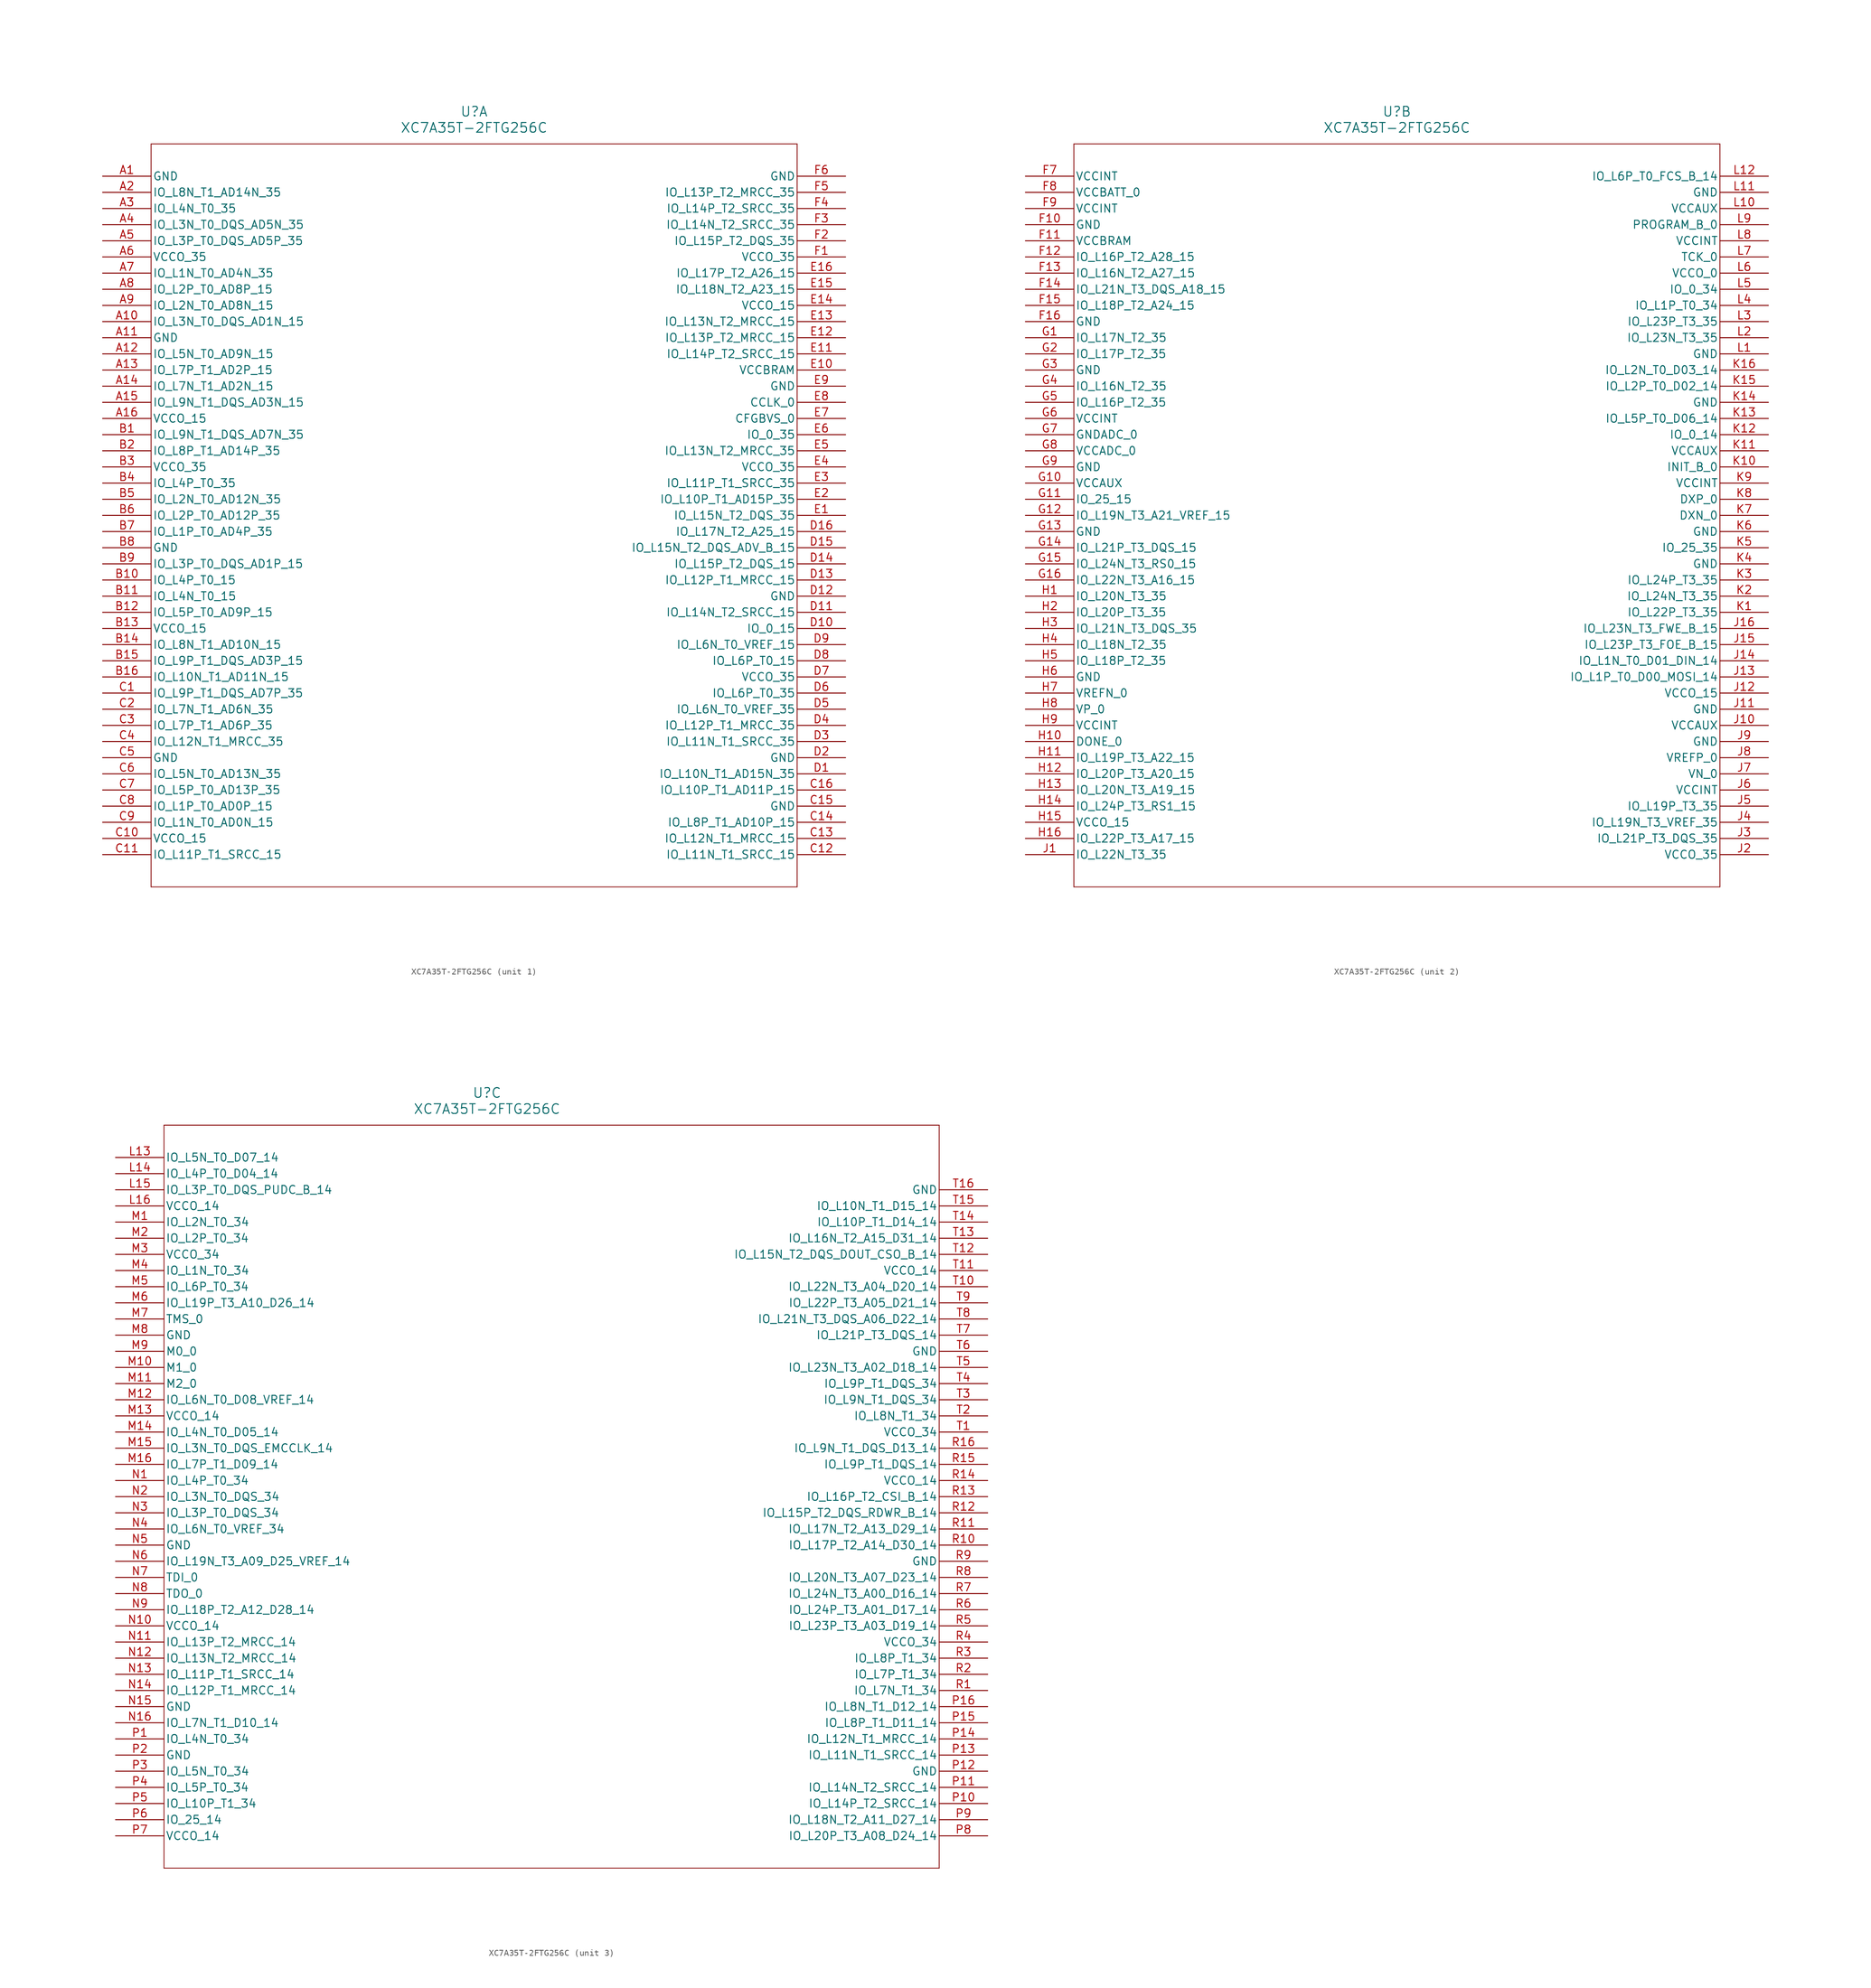
<source format=kicad_sym>
(kicad_symbol_lib
  (version 20231120)
  (symbol "XC7A35T-2FTG256C"
    (pin_names
      (offset 0.254))
    (property "Reference" "U"
      (at 58.42 10.16 0)
      (effects (font (size 1.524 1.524))))
    (property "Value" "XC7A35T-2FTG256C"
      (at 58.42 7.62 0)
      (effects (font (size 1.524 1.524))))
    (symbol "XC7A35T-2FTG256C_1_1"
      (polyline (pts (xy 7.62 5.08) (xy 7.62 -111.76)) (stroke (width 0.127) (type default) (color 0 0 0 0)) (fill (type none)))
      (polyline (pts (xy 7.62 -111.76) (xy 109.22 -111.76)) (stroke (width 0.127) (type default) (color 0 0 0 0)) (fill (type none)))
      (polyline (pts (xy 109.22 -111.76) (xy 109.22 5.08)) (stroke (width 0.127) (type default) (color 0 0 0 0)) (fill (type none)))
      (polyline (pts (xy 109.22 5.08) (xy 7.62 5.08)) (stroke (width 0.127) (type default) (color 0 0 0 0)) (fill (type none)))
      (pin power_out line (at 0 0 0) (length 7.62) (name "GND" (effects (font (size 1.27 1.27)))) (number "A1" (effects (font (size 1.27 1.27)))))
      (pin bidirectional line (at 0 -2.54 0) (length 7.62) (name "IO_L8N_T1_AD14N_35" (effects (font (size 1.27 1.27)))) (number "A2" (effects (font (size 1.27 1.27)))))
      (pin bidirectional line (at 0 -5.08 0) (length 7.62) (name "IO_L4N_T0_35" (effects (font (size 1.27 1.27)))) (number "A3" (effects (font (size 1.27 1.27)))))
      (pin bidirectional line (at 0 -7.62 0) (length 7.62) (name "IO_L3N_T0_DQS_AD5N_35" (effects (font (size 1.27 1.27)))) (number "A4" (effects (font (size 1.27 1.27)))))
      (pin bidirectional line (at 0 -10.16 0) (length 7.62) (name "IO_L3P_T0_DQS_AD5P_35" (effects (font (size 1.27 1.27)))) (number "A5" (effects (font (size 1.27 1.27)))))
      (pin power_in line (at 0 -12.7 0) (length 7.62) (name "VCCO_35" (effects (font (size 1.27 1.27)))) (number "A6" (effects (font (size 1.27 1.27)))))
      (pin bidirectional line (at 0 -15.24 0) (length 7.62) (name "IO_L1N_T0_AD4N_35" (effects (font (size 1.27 1.27)))) (number "A7" (effects (font (size 1.27 1.27)))))
      (pin bidirectional line (at 0 -17.78 0) (length 7.62) (name "IO_L2P_T0_AD8P_15" (effects (font (size 1.27 1.27)))) (number "A8" (effects (font (size 1.27 1.27)))))
      (pin bidirectional line (at 0 -20.32 0) (length 7.62) (name "IO_L2N_T0_AD8N_15" (effects (font (size 1.27 1.27)))) (number "A9" (effects (font (size 1.27 1.27)))))
      (pin bidirectional line (at 0 -22.86 0) (length 7.62) (name "IO_L3N_T0_DQS_AD1N_15" (effects (font (size 1.27 1.27)))) (number "A10" (effects (font (size 1.27 1.27)))))
      (pin power_out line (at 0 -25.4 0) (length 7.62) (name "GND" (effects (font (size 1.27 1.27)))) (number "A11" (effects (font (size 1.27 1.27)))))
      (pin bidirectional line (at 0 -27.94 0) (length 7.62) (name "IO_L5N_T0_AD9N_15" (effects (font (size 1.27 1.27)))) (number "A12" (effects (font (size 1.27 1.27)))))
      (pin bidirectional line (at 0 -30.48 0) (length 7.62) (name "IO_L7P_T1_AD2P_15" (effects (font (size 1.27 1.27)))) (number "A13" (effects (font (size 1.27 1.27)))))
      (pin bidirectional line (at 0 -33.02 0) (length 7.62) (name "IO_L7N_T1_AD2N_15" (effects (font (size 1.27 1.27)))) (number "A14" (effects (font (size 1.27 1.27)))))
      (pin bidirectional line (at 0 -35.56 0) (length 7.62) (name "IO_L9N_T1_DQS_AD3N_15" (effects (font (size 1.27 1.27)))) (number "A15" (effects (font (size 1.27 1.27)))))
      (pin power_in line (at 0 -38.1 0) (length 7.62) (name "VCCO_15" (effects (font (size 1.27 1.27)))) (number "A16" (effects (font (size 1.27 1.27)))))
      (pin bidirectional line (at 0 -40.64 0) (length 7.62) (name "IO_L9N_T1_DQS_AD7N_35" (effects (font (size 1.27 1.27)))) (number "B1" (effects (font (size 1.27 1.27)))))
      (pin bidirectional line (at 0 -43.18 0) (length 7.62) (name "IO_L8P_T1_AD14P_35" (effects (font (size 1.27 1.27)))) (number "B2" (effects (font (size 1.27 1.27)))))
      (pin power_in line (at 0 -45.72 0) (length 7.62) (name "VCCO_35" (effects (font (size 1.27 1.27)))) (number "B3" (effects (font (size 1.27 1.27)))))
      (pin bidirectional line (at 0 -48.26 0) (length 7.62) (name "IO_L4P_T0_35" (effects (font (size 1.27 1.27)))) (number "B4" (effects (font (size 1.27 1.27)))))
      (pin bidirectional line (at 0 -50.8 0) (length 7.62) (name "IO_L2N_T0_AD12N_35" (effects (font (size 1.27 1.27)))) (number "B5" (effects (font (size 1.27 1.27)))))
      (pin bidirectional line (at 0 -53.34 0) (length 7.62) (name "IO_L2P_T0_AD12P_35" (effects (font (size 1.27 1.27)))) (number "B6" (effects (font (size 1.27 1.27)))))
      (pin bidirectional line (at 0 -55.88 0) (length 7.62) (name "IO_L1P_T0_AD4P_35" (effects (font (size 1.27 1.27)))) (number "B7" (effects (font (size 1.27 1.27)))))
      (pin power_out line (at 0 -58.42 0) (length 7.62) (name "GND" (effects (font (size 1.27 1.27)))) (number "B8" (effects (font (size 1.27 1.27)))))
      (pin bidirectional line (at 0 -60.96 0) (length 7.62) (name "IO_L3P_T0_DQS_AD1P_15" (effects (font (size 1.27 1.27)))) (number "B9" (effects (font (size 1.27 1.27)))))
      (pin bidirectional line (at 0 -63.5 0) (length 7.62) (name "IO_L4P_T0_15" (effects (font (size 1.27 1.27)))) (number "B10" (effects (font (size 1.27 1.27)))))
      (pin bidirectional line (at 0 -66.04 0) (length 7.62) (name "IO_L4N_T0_15" (effects (font (size 1.27 1.27)))) (number "B11" (effects (font (size 1.27 1.27)))))
      (pin bidirectional line (at 0 -68.58 0) (length 7.62) (name "IO_L5P_T0_AD9P_15" (effects (font (size 1.27 1.27)))) (number "B12" (effects (font (size 1.27 1.27)))))
      (pin power_in line (at 0 -71.12 0) (length 7.62) (name "VCCO_15" (effects (font (size 1.27 1.27)))) (number "B13" (effects (font (size 1.27 1.27)))))
      (pin bidirectional line (at 0 -73.66 0) (length 7.62) (name "IO_L8N_T1_AD10N_15" (effects (font (size 1.27 1.27)))) (number "B14" (effects (font (size 1.27 1.27)))))
      (pin bidirectional line (at 0 -76.2 0) (length 7.62) (name "IO_L9P_T1_DQS_AD3P_15" (effects (font (size 1.27 1.27)))) (number "B15" (effects (font (size 1.27 1.27)))))
      (pin bidirectional line (at 0 -78.74 0) (length 7.62) (name "IO_L10N_T1_AD11N_15" (effects (font (size 1.27 1.27)))) (number "B16" (effects (font (size 1.27 1.27)))))
      (pin bidirectional line (at 0 -81.28 0) (length 7.62) (name "IO_L9P_T1_DQS_AD7P_35" (effects (font (size 1.27 1.27)))) (number "C1" (effects (font (size 1.27 1.27)))))
      (pin bidirectional line (at 0 -83.82 0) (length 7.62) (name "IO_L7N_T1_AD6N_35" (effects (font (size 1.27 1.27)))) (number "C2" (effects (font (size 1.27 1.27)))))
      (pin bidirectional line (at 0 -86.36 0) (length 7.62) (name "IO_L7P_T1_AD6P_35" (effects (font (size 1.27 1.27)))) (number "C3" (effects (font (size 1.27 1.27)))))
      (pin bidirectional line (at 0 -88.9 0) (length 7.62) (name "IO_L12N_T1_MRCC_35" (effects (font (size 1.27 1.27)))) (number "C4" (effects (font (size 1.27 1.27)))))
      (pin power_out line (at 0 -91.44 0) (length 7.62) (name "GND" (effects (font (size 1.27 1.27)))) (number "C5" (effects (font (size 1.27 1.27)))))
      (pin bidirectional line (at 0 -93.98 0) (length 7.62) (name "IO_L5N_T0_AD13N_35" (effects (font (size 1.27 1.27)))) (number "C6" (effects (font (size 1.27 1.27)))))
      (pin bidirectional line (at 0 -96.52 0) (length 7.62) (name "IO_L5P_T0_AD13P_35" (effects (font (size 1.27 1.27)))) (number "C7" (effects (font (size 1.27 1.27)))))
      (pin bidirectional line (at 0 -99.06 0) (length 7.62) (name "IO_L1P_T0_AD0P_15" (effects (font (size 1.27 1.27)))) (number "C8" (effects (font (size 1.27 1.27)))))
      (pin bidirectional line (at 0 -101.6 0) (length 7.62) (name "IO_L1N_T0_AD0N_15" (effects (font (size 1.27 1.27)))) (number "C9" (effects (font (size 1.27 1.27)))))
      (pin power_in line (at 0 -104.14 0) (length 7.62) (name "VCCO_15" (effects (font (size 1.27 1.27)))) (number "C10" (effects (font (size 1.27 1.27)))))
      (pin bidirectional line (at 0 -106.68 0) (length 7.62) (name "IO_L11P_T1_SRCC_15" (effects (font (size 1.27 1.27)))) (number "C11" (effects (font (size 1.27 1.27)))))
      (pin bidirectional line (at 116.84 -106.68 180) (length 7.62) (name "IO_L11N_T1_SRCC_15" (effects (font (size 1.27 1.27)))) (number "C12" (effects (font (size 1.27 1.27)))))
      (pin bidirectional line (at 116.84 -104.14 180) (length 7.62) (name "IO_L12N_T1_MRCC_15" (effects (font (size 1.27 1.27)))) (number "C13" (effects (font (size 1.27 1.27)))))
      (pin bidirectional line (at 116.84 -101.6 180) (length 7.62) (name "IO_L8P_T1_AD10P_15" (effects (font (size 1.27 1.27)))) (number "C14" (effects (font (size 1.27 1.27)))))
      (pin power_out line (at 116.84 -99.06 180) (length 7.62) (name "GND" (effects (font (size 1.27 1.27)))) (number "C15" (effects (font (size 1.27 1.27)))))
      (pin bidirectional line (at 116.84 -96.52 180) (length 7.62) (name "IO_L10P_T1_AD11P_15" (effects (font (size 1.27 1.27)))) (number "C16" (effects (font (size 1.27 1.27)))))
      (pin bidirectional line (at 116.84 -93.98 180) (length 7.62) (name "IO_L10N_T1_AD15N_35" (effects (font (size 1.27 1.27)))) (number "D1" (effects (font (size 1.27 1.27)))))
      (pin power_out line (at 116.84 -91.44 180) (length 7.62) (name "GND" (effects (font (size 1.27 1.27)))) (number "D2" (effects (font (size 1.27 1.27)))))
      (pin bidirectional line (at 116.84 -88.9 180) (length 7.62) (name "IO_L11N_T1_SRCC_35" (effects (font (size 1.27 1.27)))) (number "D3" (effects (font (size 1.27 1.27)))))
      (pin bidirectional line (at 116.84 -86.36 180) (length 7.62) (name "IO_L12P_T1_MRCC_35" (effects (font (size 1.27 1.27)))) (number "D4" (effects (font (size 1.27 1.27)))))
      (pin bidirectional line (at 116.84 -83.82 180) (length 7.62) (name "IO_L6N_T0_VREF_35" (effects (font (size 1.27 1.27)))) (number "D5" (effects (font (size 1.27 1.27)))))
      (pin bidirectional line (at 116.84 -81.28 180) (length 7.62) (name "IO_L6P_T0_35" (effects (font (size 1.27 1.27)))) (number "D6" (effects (font (size 1.27 1.27)))))
      (pin power_in line (at 116.84 -78.74 180) (length 7.62) (name "VCCO_35" (effects (font (size 1.27 1.27)))) (number "D7" (effects (font (size 1.27 1.27)))))
      (pin bidirectional line (at 116.84 -76.2 180) (length 7.62) (name "IO_L6P_T0_15" (effects (font (size 1.27 1.27)))) (number "D8" (effects (font (size 1.27 1.27)))))
      (pin bidirectional line (at 116.84 -73.66 180) (length 7.62) (name "IO_L6N_T0_VREF_15" (effects (font (size 1.27 1.27)))) (number "D9" (effects (font (size 1.27 1.27)))))
      (pin bidirectional line (at 116.84 -71.12 180) (length 7.62) (name "IO_0_15" (effects (font (size 1.27 1.27)))) (number "D10" (effects (font (size 1.27 1.27)))))
      (pin bidirectional line (at 116.84 -68.58 180) (length 7.62) (name "IO_L14N_T2_SRCC_15" (effects (font (size 1.27 1.27)))) (number "D11" (effects (font (size 1.27 1.27)))))
      (pin power_out line (at 116.84 -66.04 180) (length 7.62) (name "GND" (effects (font (size 1.27 1.27)))) (number "D12" (effects (font (size 1.27 1.27)))))
      (pin bidirectional line (at 116.84 -63.5 180) (length 7.62) (name "IO_L12P_T1_MRCC_15" (effects (font (size 1.27 1.27)))) (number "D13" (effects (font (size 1.27 1.27)))))
      (pin bidirectional line (at 116.84 -60.96 180) (length 7.62) (name "IO_L15P_T2_DQS_15" (effects (font (size 1.27 1.27)))) (number "D14" (effects (font (size 1.27 1.27)))))
      (pin bidirectional line (at 116.84 -58.42 180) (length 7.62) (name "IO_L15N_T2_DQS_ADV_B_15" (effects (font (size 1.27 1.27)))) (number "D15" (effects (font (size 1.27 1.27)))))
      (pin bidirectional line (at 116.84 -55.88 180) (length 7.62) (name "IO_L17N_T2_A25_15" (effects (font (size 1.27 1.27)))) (number "D16" (effects (font (size 1.27 1.27)))))
      (pin bidirectional line (at 116.84 -53.34 180) (length 7.62) (name "IO_L15N_T2_DQS_35" (effects (font (size 1.27 1.27)))) (number "E1" (effects (font (size 1.27 1.27)))))
      (pin bidirectional line (at 116.84 -50.8 180) (length 7.62) (name "IO_L10P_T1_AD15P_35" (effects (font (size 1.27 1.27)))) (number "E2" (effects (font (size 1.27 1.27)))))
      (pin bidirectional line (at 116.84 -48.26 180) (length 7.62) (name "IO_L11P_T1_SRCC_35" (effects (font (size 1.27 1.27)))) (number "E3" (effects (font (size 1.27 1.27)))))
      (pin power_in line (at 116.84 -45.72 180) (length 7.62) (name "VCCO_35" (effects (font (size 1.27 1.27)))) (number "E4" (effects (font (size 1.27 1.27)))))
      (pin bidirectional line (at 116.84 -43.18 180) (length 7.62) (name "IO_L13N_T2_MRCC_35" (effects (font (size 1.27 1.27)))) (number "E5" (effects (font (size 1.27 1.27)))))
      (pin bidirectional line (at 116.84 -40.64 180) (length 7.62) (name "IO_0_35" (effects (font (size 1.27 1.27)))) (number "E6" (effects (font (size 1.27 1.27)))))
      (pin input line (at 116.84 -38.1 180) (length 7.62) (name "CFGBVS_0" (effects (font (size 1.27 1.27)))) (number "E7" (effects (font (size 1.27 1.27)))))
      (pin bidirectional line (at 116.84 -35.56 180) (length 7.62) (name "CCLK_0" (effects (font (size 1.27 1.27)))) (number "E8" (effects (font (size 1.27 1.27)))))
      (pin power_out line (at 116.84 -33.02 180) (length 7.62) (name "GND" (effects (font (size 1.27 1.27)))) (number "E9" (effects (font (size 1.27 1.27)))))
      (pin power_in line (at 116.84 -30.48 180) (length 7.62) (name "VCCBRAM" (effects (font (size 1.27 1.27)))) (number "E10" (effects (font (size 1.27 1.27)))))
      (pin bidirectional line (at 116.84 -27.94 180) (length 7.62) (name "IO_L14P_T2_SRCC_15" (effects (font (size 1.27 1.27)))) (number "E11" (effects (font (size 1.27 1.27)))))
      (pin bidirectional line (at 116.84 -25.4 180) (length 7.62) (name "IO_L13P_T2_MRCC_15" (effects (font (size 1.27 1.27)))) (number "E12" (effects (font (size 1.27 1.27)))))
      (pin bidirectional line (at 116.84 -22.86 180) (length 7.62) (name "IO_L13N_T2_MRCC_15" (effects (font (size 1.27 1.27)))) (number "E13" (effects (font (size 1.27 1.27)))))
      (pin power_in line (at 116.84 -20.32 180) (length 7.62) (name "VCCO_15" (effects (font (size 1.27 1.27)))) (number "E14" (effects (font (size 1.27 1.27)))))
      (pin bidirectional line (at 116.84 -17.78 180) (length 7.62) (name "IO_L18N_T2_A23_15" (effects (font (size 1.27 1.27)))) (number "E15" (effects (font (size 1.27 1.27)))))
      (pin bidirectional line (at 116.84 -15.24 180) (length 7.62) (name "IO_L17P_T2_A26_15" (effects (font (size 1.27 1.27)))) (number "E16" (effects (font (size 1.27 1.27)))))
      (pin power_in line (at 116.84 -12.7 180) (length 7.62) (name "VCCO_35" (effects (font (size 1.27 1.27)))) (number "F1" (effects (font (size 1.27 1.27)))))
      (pin bidirectional line (at 116.84 -10.16 180) (length 7.62) (name "IO_L15P_T2_DQS_35" (effects (font (size 1.27 1.27)))) (number "F2" (effects (font (size 1.27 1.27)))))
      (pin bidirectional line (at 116.84 -7.62 180) (length 7.62) (name "IO_L14N_T2_SRCC_35" (effects (font (size 1.27 1.27)))) (number "F3" (effects (font (size 1.27 1.27)))))
      (pin bidirectional line (at 116.84 -5.08 180) (length 7.62) (name "IO_L14P_T2_SRCC_35" (effects (font (size 1.27 1.27)))) (number "F4" (effects (font (size 1.27 1.27)))))
      (pin bidirectional line (at 116.84 -2.54 180) (length 7.62) (name "IO_L13P_T2_MRCC_35" (effects (font (size 1.27 1.27)))) (number "F5" (effects (font (size 1.27 1.27)))))
      (pin power_out line (at 116.84 0 180) (length 7.62) (name "GND" (effects (font (size 1.27 1.27)))) (number "F6" (effects (font (size 1.27 1.27))))))
    (symbol "XC7A35T-2FTG256C_2_1"
      (polyline (pts (xy 7.62 5.08) (xy 7.62 -111.76)) (stroke (width 0.127) (type default) (color 0 0 0 0)) (fill (type none)))
      (polyline (pts (xy 7.62 -111.76) (xy 109.22 -111.76)) (stroke (width 0.127) (type default) (color 0 0 0 0)) (fill (type none)))
      (polyline (pts (xy 109.22 -111.76) (xy 109.22 5.08)) (stroke (width 0.127) (type default) (color 0 0 0 0)) (fill (type none)))
      (polyline (pts (xy 109.22 5.08) (xy 7.62 5.08)) (stroke (width 0.127) (type default) (color 0 0 0 0)) (fill (type none)))
      (pin power_in line (at 0 0 0) (length 7.62) (name "VCCINT" (effects (font (size 1.27 1.27)))) (number "F7" (effects (font (size 1.27 1.27)))))
      (pin power_in line (at 0 -2.54 0) (length 7.62) (name "VCCBATT_0" (effects (font (size 1.27 1.27)))) (number "F8" (effects (font (size 1.27 1.27)))))
      (pin power_in line (at 0 -5.08 0) (length 7.62) (name "VCCINT" (effects (font (size 1.27 1.27)))) (number "F9" (effects (font (size 1.27 1.27)))))
      (pin power_out line (at 0 -7.62 0) (length 7.62) (name "GND" (effects (font (size 1.27 1.27)))) (number "F10" (effects (font (size 1.27 1.27)))))
      (pin power_in line (at 0 -10.16 0) (length 7.62) (name "VCCBRAM" (effects (font (size 1.27 1.27)))) (number "F11" (effects (font (size 1.27 1.27)))))
      (pin bidirectional line (at 0 -12.7 0) (length 7.62) (name "IO_L16P_T2_A28_15" (effects (font (size 1.27 1.27)))) (number "F12" (effects (font (size 1.27 1.27)))))
      (pin bidirectional line (at 0 -15.24 0) (length 7.62) (name "IO_L16N_T2_A27_15" (effects (font (size 1.27 1.27)))) (number "F13" (effects (font (size 1.27 1.27)))))
      (pin bidirectional line (at 0 -17.78 0) (length 7.62) (name "IO_L21N_T3_DQS_A18_15" (effects (font (size 1.27 1.27)))) (number "F14" (effects (font (size 1.27 1.27)))))
      (pin bidirectional line (at 0 -20.32 0) (length 7.62) (name "IO_L18P_T2_A24_15" (effects (font (size 1.27 1.27)))) (number "F15" (effects (font (size 1.27 1.27)))))
      (pin power_out line (at 0 -22.86 0) (length 7.62) (name "GND" (effects (font (size 1.27 1.27)))) (number "F16" (effects (font (size 1.27 1.27)))))
      (pin bidirectional line (at 0 -25.4 0) (length 7.62) (name "IO_L17N_T2_35" (effects (font (size 1.27 1.27)))) (number "G1" (effects (font (size 1.27 1.27)))))
      (pin bidirectional line (at 0 -27.94 0) (length 7.62) (name "IO_L17P_T2_35" (effects (font (size 1.27 1.27)))) (number "G2" (effects (font (size 1.27 1.27)))))
      (pin power_out line (at 0 -30.48 0) (length 7.62) (name "GND" (effects (font (size 1.27 1.27)))) (number "G3" (effects (font (size 1.27 1.27)))))
      (pin bidirectional line (at 0 -33.02 0) (length 7.62) (name "IO_L16N_T2_35" (effects (font (size 1.27 1.27)))) (number "G4" (effects (font (size 1.27 1.27)))))
      (pin bidirectional line (at 0 -35.56 0) (length 7.62) (name "IO_L16P_T2_35" (effects (font (size 1.27 1.27)))) (number "G5" (effects (font (size 1.27 1.27)))))
      (pin power_in line (at 0 -38.1 0) (length 7.62) (name "VCCINT" (effects (font (size 1.27 1.27)))) (number "G6" (effects (font (size 1.27 1.27)))))
      (pin power_out line (at 0 -40.64 0) (length 7.62) (name "GNDADC_0" (effects (font (size 1.27 1.27)))) (number "G7" (effects (font (size 1.27 1.27)))))
      (pin power_in line (at 0 -43.18 0) (length 7.62) (name "VCCADC_0" (effects (font (size 1.27 1.27)))) (number "G8" (effects (font (size 1.27 1.27)))))
      (pin power_out line (at 0 -45.72 0) (length 7.62) (name "GND" (effects (font (size 1.27 1.27)))) (number "G9" (effects (font (size 1.27 1.27)))))
      (pin power_in line (at 0 -48.26 0) (length 7.62) (name "VCCAUX" (effects (font (size 1.27 1.27)))) (number "G10" (effects (font (size 1.27 1.27)))))
      (pin bidirectional line (at 0 -50.8 0) (length 7.62) (name "IO_25_15" (effects (font (size 1.27 1.27)))) (number "G11" (effects (font (size 1.27 1.27)))))
      (pin bidirectional line (at 0 -53.34 0) (length 7.62) (name "IO_L19N_T3_A21_VREF_15" (effects (font (size 1.27 1.27)))) (number "G12" (effects (font (size 1.27 1.27)))))
      (pin power_out line (at 0 -55.88 0) (length 7.62) (name "GND" (effects (font (size 1.27 1.27)))) (number "G13" (effects (font (size 1.27 1.27)))))
      (pin bidirectional line (at 0 -58.42 0) (length 7.62) (name "IO_L21P_T3_DQS_15" (effects (font (size 1.27 1.27)))) (number "G14" (effects (font (size 1.27 1.27)))))
      (pin bidirectional line (at 0 -60.96 0) (length 7.62) (name "IO_L24N_T3_RS0_15" (effects (font (size 1.27 1.27)))) (number "G15" (effects (font (size 1.27 1.27)))))
      (pin bidirectional line (at 0 -63.5 0) (length 7.62) (name "IO_L22N_T3_A16_15" (effects (font (size 1.27 1.27)))) (number "G16" (effects (font (size 1.27 1.27)))))
      (pin bidirectional line (at 0 -66.04 0) (length 7.62) (name "IO_L20N_T3_35" (effects (font (size 1.27 1.27)))) (number "H1" (effects (font (size 1.27 1.27)))))
      (pin bidirectional line (at 0 -68.58 0) (length 7.62) (name "IO_L20P_T3_35" (effects (font (size 1.27 1.27)))) (number "H2" (effects (font (size 1.27 1.27)))))
      (pin bidirectional line (at 0 -71.12 0) (length 7.62) (name "IO_L21N_T3_DQS_35" (effects (font (size 1.27 1.27)))) (number "H3" (effects (font (size 1.27 1.27)))))
      (pin bidirectional line (at 0 -73.66 0) (length 7.62) (name "IO_L18N_T2_35" (effects (font (size 1.27 1.27)))) (number "H4" (effects (font (size 1.27 1.27)))))
      (pin bidirectional line (at 0 -76.2 0) (length 7.62) (name "IO_L18P_T2_35" (effects (font (size 1.27 1.27)))) (number "H5" (effects (font (size 1.27 1.27)))))
      (pin power_out line (at 0 -78.74 0) (length 7.62) (name "GND" (effects (font (size 1.27 1.27)))) (number "H6" (effects (font (size 1.27 1.27)))))
      (pin power_in line (at 0 -81.28 0) (length 7.62) (name "VREFN_0" (effects (font (size 1.27 1.27)))) (number "H7" (effects (font (size 1.27 1.27)))))
      (pin input line (at 0 -83.82 0) (length 7.62) (name "VP_0" (effects (font (size 1.27 1.27)))) (number "H8" (effects (font (size 1.27 1.27)))))
      (pin power_in line (at 0 -86.36 0) (length 7.62) (name "VCCINT" (effects (font (size 1.27 1.27)))) (number "H9" (effects (font (size 1.27 1.27)))))
      (pin bidirectional line (at 0 -88.9 0) (length 7.62) (name "DONE_0" (effects (font (size 1.27 1.27)))) (number "H10" (effects (font (size 1.27 1.27)))))
      (pin bidirectional line (at 0 -91.44 0) (length 7.62) (name "IO_L19P_T3_A22_15" (effects (font (size 1.27 1.27)))) (number "H11" (effects (font (size 1.27 1.27)))))
      (pin bidirectional line (at 0 -93.98 0) (length 7.62) (name "IO_L20P_T3_A20_15" (effects (font (size 1.27 1.27)))) (number "H12" (effects (font (size 1.27 1.27)))))
      (pin bidirectional line (at 0 -96.52 0) (length 7.62) (name "IO_L20N_T3_A19_15" (effects (font (size 1.27 1.27)))) (number "H13" (effects (font (size 1.27 1.27)))))
      (pin bidirectional line (at 0 -99.06 0) (length 7.62) (name "IO_L24P_T3_RS1_15" (effects (font (size 1.27 1.27)))) (number "H14" (effects (font (size 1.27 1.27)))))
      (pin power_in line (at 0 -101.6 0) (length 7.62) (name "VCCO_15" (effects (font (size 1.27 1.27)))) (number "H15" (effects (font (size 1.27 1.27)))))
      (pin bidirectional line (at 0 -104.14 0) (length 7.62) (name "IO_L22P_T3_A17_15" (effects (font (size 1.27 1.27)))) (number "H16" (effects (font (size 1.27 1.27)))))
      (pin bidirectional line (at 0 -106.68 0) (length 7.62) (name "IO_L22N_T3_35" (effects (font (size 1.27 1.27)))) (number "J1" (effects (font (size 1.27 1.27)))))
      (pin power_in line (at 116.84 -106.68 180) (length 7.62) (name "VCCO_35" (effects (font (size 1.27 1.27)))) (number "J2" (effects (font (size 1.27 1.27)))))
      (pin bidirectional line (at 116.84 -104.14 180) (length 7.62) (name "IO_L21P_T3_DQS_35" (effects (font (size 1.27 1.27)))) (number "J3" (effects (font (size 1.27 1.27)))))
      (pin bidirectional line (at 116.84 -101.6 180) (length 7.62) (name "IO_L19N_T3_VREF_35" (effects (font (size 1.27 1.27)))) (number "J4" (effects (font (size 1.27 1.27)))))
      (pin bidirectional line (at 116.84 -99.06 180) (length 7.62) (name "IO_L19P_T3_35" (effects (font (size 1.27 1.27)))) (number "J5" (effects (font (size 1.27 1.27)))))
      (pin power_in line (at 116.84 -96.52 180) (length 7.62) (name "VCCINT" (effects (font (size 1.27 1.27)))) (number "J6" (effects (font (size 1.27 1.27)))))
      (pin input line (at 116.84 -93.98 180) (length 7.62) (name "VN_0" (effects (font (size 1.27 1.27)))) (number "J7" (effects (font (size 1.27 1.27)))))
      (pin power_in line (at 116.84 -91.44 180) (length 7.62) (name "VREFP_0" (effects (font (size 1.27 1.27)))) (number "J8" (effects (font (size 1.27 1.27)))))
      (pin power_out line (at 116.84 -88.9 180) (length 7.62) (name "GND" (effects (font (size 1.27 1.27)))) (number "J9" (effects (font (size 1.27 1.27)))))
      (pin power_in line (at 116.84 -86.36 180) (length 7.62) (name "VCCAUX" (effects (font (size 1.27 1.27)))) (number "J10" (effects (font (size 1.27 1.27)))))
      (pin power_out line (at 116.84 -83.82 180) (length 7.62) (name "GND" (effects (font (size 1.27 1.27)))) (number "J11" (effects (font (size 1.27 1.27)))))
      (pin power_in line (at 116.84 -81.28 180) (length 7.62) (name "VCCO_15" (effects (font (size 1.27 1.27)))) (number "J12" (effects (font (size 1.27 1.27)))))
      (pin bidirectional line (at 116.84 -78.74 180) (length 7.62) (name "IO_L1P_T0_D00_MOSI_14" (effects (font (size 1.27 1.27)))) (number "J13" (effects (font (size 1.27 1.27)))))
      (pin bidirectional line (at 116.84 -76.2 180) (length 7.62) (name "IO_L1N_T0_D01_DIN_14" (effects (font (size 1.27 1.27)))) (number "J14" (effects (font (size 1.27 1.27)))))
      (pin bidirectional line (at 116.84 -73.66 180) (length 7.62) (name "IO_L23P_T3_FOE_B_15" (effects (font (size 1.27 1.27)))) (number "J15" (effects (font (size 1.27 1.27)))))
      (pin bidirectional line (at 116.84 -71.12 180) (length 7.62) (name "IO_L23N_T3_FWE_B_15" (effects (font (size 1.27 1.27)))) (number "J16" (effects (font (size 1.27 1.27)))))
      (pin bidirectional line (at 116.84 -68.58 180) (length 7.62) (name "IO_L22P_T3_35" (effects (font (size 1.27 1.27)))) (number "K1" (effects (font (size 1.27 1.27)))))
      (pin bidirectional line (at 116.84 -66.04 180) (length 7.62) (name "IO_L24N_T3_35" (effects (font (size 1.27 1.27)))) (number "K2" (effects (font (size 1.27 1.27)))))
      (pin bidirectional line (at 116.84 -63.5 180) (length 7.62) (name "IO_L24P_T3_35" (effects (font (size 1.27 1.27)))) (number "K3" (effects (font (size 1.27 1.27)))))
      (pin power_out line (at 116.84 -60.96 180) (length 7.62) (name "GND" (effects (font (size 1.27 1.27)))) (number "K4" (effects (font (size 1.27 1.27)))))
      (pin bidirectional line (at 116.84 -58.42 180) (length 7.62) (name "IO_25_35" (effects (font (size 1.27 1.27)))) (number "K5" (effects (font (size 1.27 1.27)))))
      (pin power_out line (at 116.84 -55.88 180) (length 7.62) (name "GND" (effects (font (size 1.27 1.27)))) (number "K6" (effects (font (size 1.27 1.27)))))
      (pin unspecified line (at 116.84 -53.34 180) (length 7.62) (name "DXN_0" (effects (font (size 1.27 1.27)))) (number "K7" (effects (font (size 1.27 1.27)))))
      (pin unspecified line (at 116.84 -50.8 180) (length 7.62) (name "DXP_0" (effects (font (size 1.27 1.27)))) (number "K8" (effects (font (size 1.27 1.27)))))
      (pin power_in line (at 116.84 -48.26 180) (length 7.62) (name "VCCINT" (effects (font (size 1.27 1.27)))) (number "K9" (effects (font (size 1.27 1.27)))))
      (pin bidirectional line (at 116.84 -45.72 180) (length 7.62) (name "INIT_B_0" (effects (font (size 1.27 1.27)))) (number "K10" (effects (font (size 1.27 1.27)))))
      (pin power_in line (at 116.84 -43.18 180) (length 7.62) (name "VCCAUX" (effects (font (size 1.27 1.27)))) (number "K11" (effects (font (size 1.27 1.27)))))
      (pin bidirectional line (at 116.84 -40.64 180) (length 7.62) (name "IO_0_14" (effects (font (size 1.27 1.27)))) (number "K12" (effects (font (size 1.27 1.27)))))
      (pin bidirectional line (at 116.84 -38.1 180) (length 7.62) (name "IO_L5P_T0_D06_14" (effects (font (size 1.27 1.27)))) (number "K13" (effects (font (size 1.27 1.27)))))
      (pin power_out line (at 116.84 -35.56 180) (length 7.62) (name "GND" (effects (font (size 1.27 1.27)))) (number "K14" (effects (font (size 1.27 1.27)))))
      (pin bidirectional line (at 116.84 -33.02 180) (length 7.62) (name "IO_L2P_T0_D02_14" (effects (font (size 1.27 1.27)))) (number "K15" (effects (font (size 1.27 1.27)))))
      (pin bidirectional line (at 116.84 -30.48 180) (length 7.62) (name "IO_L2N_T0_D03_14" (effects (font (size 1.27 1.27)))) (number "K16" (effects (font (size 1.27 1.27)))))
      (pin power_out line (at 116.84 -27.94 180) (length 7.62) (name "GND" (effects (font (size 1.27 1.27)))) (number "L1" (effects (font (size 1.27 1.27)))))
      (pin bidirectional line (at 116.84 -25.4 180) (length 7.62) (name "IO_L23N_T3_35" (effects (font (size 1.27 1.27)))) (number "L2" (effects (font (size 1.27 1.27)))))
      (pin bidirectional line (at 116.84 -22.86 180) (length 7.62) (name "IO_L23P_T3_35" (effects (font (size 1.27 1.27)))) (number "L3" (effects (font (size 1.27 1.27)))))
      (pin bidirectional line (at 116.84 -20.32 180) (length 7.62) (name "IO_L1P_T0_34" (effects (font (size 1.27 1.27)))) (number "L4" (effects (font (size 1.27 1.27)))))
      (pin bidirectional line (at 116.84 -17.78 180) (length 7.62) (name "IO_0_34" (effects (font (size 1.27 1.27)))) (number "L5" (effects (font (size 1.27 1.27)))))
      (pin power_in line (at 116.84 -15.24 180) (length 7.62) (name "VCCO_0" (effects (font (size 1.27 1.27)))) (number "L6" (effects (font (size 1.27 1.27)))))
      (pin input line (at 116.84 -12.7 180) (length 7.62) (name "TCK_0" (effects (font (size 1.27 1.27)))) (number "L7" (effects (font (size 1.27 1.27)))))
      (pin power_in line (at 116.84 -10.16 180) (length 7.62) (name "VCCINT" (effects (font (size 1.27 1.27)))) (number "L8" (effects (font (size 1.27 1.27)))))
      (pin input line (at 116.84 -7.62 180) (length 7.62) (name "PROGRAM_B_0" (effects (font (size 1.27 1.27)))) (number "L9" (effects (font (size 1.27 1.27)))))
      (pin power_in line (at 116.84 -5.08 180) (length 7.62) (name "VCCAUX" (effects (font (size 1.27 1.27)))) (number "L10" (effects (font (size 1.27 1.27)))))
      (pin power_out line (at 116.84 -2.54 180) (length 7.62) (name "GND" (effects (font (size 1.27 1.27)))) (number "L11" (effects (font (size 1.27 1.27)))))
      (pin bidirectional line (at 116.84 0 180) (length 7.62) (name "IO_L6P_T0_FCS_B_14" (effects (font (size 1.27 1.27)))) (number "L12" (effects (font (size 1.27 1.27))))))
    (symbol "XC7A35T-2FTG256C_3_1"
      (polyline (pts (xy 7.62 5.08) (xy 7.62 -111.76)) (stroke (width 0.127) (type default) (color 0 0 0 0)) (fill (type none)))
      (polyline (pts (xy 7.62 -111.76) (xy 129.54 -111.76)) (stroke (width 0.127) (type default) (color 0 0 0 0)) (fill (type none)))
      (polyline (pts (xy 129.54 -111.76) (xy 129.54 5.08)) (stroke (width 0.127) (type default) (color 0 0 0 0)) (fill (type none)))
      (polyline (pts (xy 129.54 5.08) (xy 7.62 5.08)) (stroke (width 0.127) (type default) (color 0 0 0 0)) (fill (type none)))
      (pin bidirectional line (at 0 0 0) (length 7.62) (name "IO_L5N_T0_D07_14" (effects (font (size 1.27 1.27)))) (number "L13" (effects (font (size 1.27 1.27)))))
      (pin bidirectional line (at 0 -2.54 0) (length 7.62) (name "IO_L4P_T0_D04_14" (effects (font (size 1.27 1.27)))) (number "L14" (effects (font (size 1.27 1.27)))))
      (pin bidirectional line (at 0 -5.08 0) (length 7.62) (name "IO_L3P_T0_DQS_PUDC_B_14" (effects (font (size 1.27 1.27)))) (number "L15" (effects (font (size 1.27 1.27)))))
      (pin power_in line (at 0 -7.62 0) (length 7.62) (name "VCCO_14" (effects (font (size 1.27 1.27)))) (number "L16" (effects (font (size 1.27 1.27)))))
      (pin bidirectional line (at 0 -10.16 0) (length 7.62) (name "IO_L2N_T0_34" (effects (font (size 1.27 1.27)))) (number "M1" (effects (font (size 1.27 1.27)))))
      (pin bidirectional line (at 0 -12.7 0) (length 7.62) (name "IO_L2P_T0_34" (effects (font (size 1.27 1.27)))) (number "M2" (effects (font (size 1.27 1.27)))))
      (pin power_in line (at 0 -15.24 0) (length 7.62) (name "VCCO_34" (effects (font (size 1.27 1.27)))) (number "M3" (effects (font (size 1.27 1.27)))))
      (pin bidirectional line (at 0 -17.78 0) (length 7.62) (name "IO_L1N_T0_34" (effects (font (size 1.27 1.27)))) (number "M4" (effects (font (size 1.27 1.27)))))
      (pin bidirectional line (at 0 -20.32 0) (length 7.62) (name "IO_L6P_T0_34" (effects (font (size 1.27 1.27)))) (number "M5" (effects (font (size 1.27 1.27)))))
      (pin bidirectional line (at 0 -22.86 0) (length 7.62) (name "IO_L19P_T3_A10_D26_14" (effects (font (size 1.27 1.27)))) (number "M6" (effects (font (size 1.27 1.27)))))
      (pin input line (at 0 -25.4 0) (length 7.62) (name "TMS_0" (effects (font (size 1.27 1.27)))) (number "M7" (effects (font (size 1.27 1.27)))))
      (pin power_out line (at 0 -27.94 0) (length 7.62) (name "GND" (effects (font (size 1.27 1.27)))) (number "M8" (effects (font (size 1.27 1.27)))))
      (pin input line (at 0 -30.48 0) (length 7.62) (name "M0_0" (effects (font (size 1.27 1.27)))) (number "M9" (effects (font (size 1.27 1.27)))))
      (pin input line (at 0 -33.02 0) (length 7.62) (name "M1_0" (effects (font (size 1.27 1.27)))) (number "M10" (effects (font (size 1.27 1.27)))))
      (pin input line (at 0 -35.56 0) (length 7.62) (name "M2_0" (effects (font (size 1.27 1.27)))) (number "M11" (effects (font (size 1.27 1.27)))))
      (pin bidirectional line (at 0 -38.1 0) (length 7.62) (name "IO_L6N_T0_D08_VREF_14" (effects (font (size 1.27 1.27)))) (number "M12" (effects (font (size 1.27 1.27)))))
      (pin power_in line (at 0 -40.64 0) (length 7.62) (name "VCCO_14" (effects (font (size 1.27 1.27)))) (number "M13" (effects (font (size 1.27 1.27)))))
      (pin bidirectional line (at 0 -43.18 0) (length 7.62) (name "IO_L4N_T0_D05_14" (effects (font (size 1.27 1.27)))) (number "M14" (effects (font (size 1.27 1.27)))))
      (pin bidirectional line (at 0 -45.72 0) (length 7.62) (name "IO_L3N_T0_DQS_EMCCLK_14" (effects (font (size 1.27 1.27)))) (number "M15" (effects (font (size 1.27 1.27)))))
      (pin bidirectional line (at 0 -48.26 0) (length 7.62) (name "IO_L7P_T1_D09_14" (effects (font (size 1.27 1.27)))) (number "M16" (effects (font (size 1.27 1.27)))))
      (pin bidirectional line (at 0 -50.8 0) (length 7.62) (name "IO_L4P_T0_34" (effects (font (size 1.27 1.27)))) (number "N1" (effects (font (size 1.27 1.27)))))
      (pin bidirectional line (at 0 -53.34 0) (length 7.62) (name "IO_L3N_T0_DQS_34" (effects (font (size 1.27 1.27)))) (number "N2" (effects (font (size 1.27 1.27)))))
      (pin bidirectional line (at 0 -55.88 0) (length 7.62) (name "IO_L3P_T0_DQS_34" (effects (font (size 1.27 1.27)))) (number "N3" (effects (font (size 1.27 1.27)))))
      (pin bidirectional line (at 0 -58.42 0) (length 7.62) (name "IO_L6N_T0_VREF_34" (effects (font (size 1.27 1.27)))) (number "N4" (effects (font (size 1.27 1.27)))))
      (pin power_out line (at 0 -60.96 0) (length 7.62) (name "GND" (effects (font (size 1.27 1.27)))) (number "N5" (effects (font (size 1.27 1.27)))))
      (pin bidirectional line (at 0 -63.5 0) (length 7.62) (name "IO_L19N_T3_A09_D25_VREF_14" (effects (font (size 1.27 1.27)))) (number "N6" (effects (font (size 1.27 1.27)))))
      (pin input line (at 0 -66.04 0) (length 7.62) (name "TDI_0" (effects (font (size 1.27 1.27)))) (number "N7" (effects (font (size 1.27 1.27)))))
      (pin output line (at 0 -68.58 0) (length 7.62) (name "TDO_0" (effects (font (size 1.27 1.27)))) (number "N8" (effects (font (size 1.27 1.27)))))
      (pin bidirectional line (at 0 -71.12 0) (length 7.62) (name "IO_L18P_T2_A12_D28_14" (effects (font (size 1.27 1.27)))) (number "N9" (effects (font (size 1.27 1.27)))))
      (pin power_in line (at 0 -73.66 0) (length 7.62) (name "VCCO_14" (effects (font (size 1.27 1.27)))) (number "N10" (effects (font (size 1.27 1.27)))))
      (pin bidirectional line (at 0 -76.2 0) (length 7.62) (name "IO_L13P_T2_MRCC_14" (effects (font (size 1.27 1.27)))) (number "N11" (effects (font (size 1.27 1.27)))))
      (pin bidirectional line (at 0 -78.74 0) (length 7.62) (name "IO_L13N_T2_MRCC_14" (effects (font (size 1.27 1.27)))) (number "N12" (effects (font (size 1.27 1.27)))))
      (pin bidirectional line (at 0 -81.28 0) (length 7.62) (name "IO_L11P_T1_SRCC_14" (effects (font (size 1.27 1.27)))) (number "N13" (effects (font (size 1.27 1.27)))))
      (pin bidirectional line (at 0 -83.82 0) (length 7.62) (name "IO_L12P_T1_MRCC_14" (effects (font (size 1.27 1.27)))) (number "N14" (effects (font (size 1.27 1.27)))))
      (pin power_out line (at 0 -86.36 0) (length 7.62) (name "GND" (effects (font (size 1.27 1.27)))) (number "N15" (effects (font (size 1.27 1.27)))))
      (pin bidirectional line (at 0 -88.9 0) (length 7.62) (name "IO_L7N_T1_D10_14" (effects (font (size 1.27 1.27)))) (number "N16" (effects (font (size 1.27 1.27)))))
      (pin bidirectional line (at 0 -91.44 0) (length 7.62) (name "IO_L4N_T0_34" (effects (font (size 1.27 1.27)))) (number "P1" (effects (font (size 1.27 1.27)))))
      (pin power_out line (at 0 -93.98 0) (length 7.62) (name "GND" (effects (font (size 1.27 1.27)))) (number "P2" (effects (font (size 1.27 1.27)))))
      (pin bidirectional line (at 0 -96.52 0) (length 7.62) (name "IO_L5N_T0_34" (effects (font (size 1.27 1.27)))) (number "P3" (effects (font (size 1.27 1.27)))))
      (pin bidirectional line (at 0 -99.06 0) (length 7.62) (name "IO_L5P_T0_34" (effects (font (size 1.27 1.27)))) (number "P4" (effects (font (size 1.27 1.27)))))
      (pin bidirectional line (at 0 -101.6 0) (length 7.62) (name "IO_L10P_T1_34" (effects (font (size 1.27 1.27)))) (number "P5" (effects (font (size 1.27 1.27)))))
      (pin bidirectional line (at 0 -104.14 0) (length 7.62) (name "IO_25_14" (effects (font (size 1.27 1.27)))) (number "P6" (effects (font (size 1.27 1.27)))))
      (pin power_in line (at 0 -106.68 0) (length 7.62) (name "VCCO_14" (effects (font (size 1.27 1.27)))) (number "P7" (effects (font (size 1.27 1.27)))))
      (pin bidirectional line (at 137.16 -106.68 180) (length 7.62) (name "IO_L20P_T3_A08_D24_14" (effects (font (size 1.27 1.27)))) (number "P8" (effects (font (size 1.27 1.27)))))
      (pin bidirectional line (at 137.16 -104.14 180) (length 7.62) (name "IO_L18N_T2_A11_D27_14" (effects (font (size 1.27 1.27)))) (number "P9" (effects (font (size 1.27 1.27)))))
      (pin bidirectional line (at 137.16 -101.6 180) (length 7.62) (name "IO_L14P_T2_SRCC_14" (effects (font (size 1.27 1.27)))) (number "P10" (effects (font (size 1.27 1.27)))))
      (pin bidirectional line (at 137.16 -99.06 180) (length 7.62) (name "IO_L14N_T2_SRCC_14" (effects (font (size 1.27 1.27)))) (number "P11" (effects (font (size 1.27 1.27)))))
      (pin power_out line (at 137.16 -96.52 180) (length 7.62) (name "GND" (effects (font (size 1.27 1.27)))) (number "P12" (effects (font (size 1.27 1.27)))))
      (pin bidirectional line (at 137.16 -93.98 180) (length 7.62) (name "IO_L11N_T1_SRCC_14" (effects (font (size 1.27 1.27)))) (number "P13" (effects (font (size 1.27 1.27)))))
      (pin bidirectional line (at 137.16 -91.44 180) (length 7.62) (name "IO_L12N_T1_MRCC_14" (effects (font (size 1.27 1.27)))) (number "P14" (effects (font (size 1.27 1.27)))))
      (pin bidirectional line (at 137.16 -88.9 180) (length 7.62) (name "IO_L8P_T1_D11_14" (effects (font (size 1.27 1.27)))) (number "P15" (effects (font (size 1.27 1.27)))))
      (pin bidirectional line (at 137.16 -86.36 180) (length 7.62) (name "IO_L8N_T1_D12_14" (effects (font (size 1.27 1.27)))) (number "P16" (effects (font (size 1.27 1.27)))))
      (pin bidirectional line (at 137.16 -83.82 180) (length 7.62) (name "IO_L7N_T1_34" (effects (font (size 1.27 1.27)))) (number "R1" (effects (font (size 1.27 1.27)))))
      (pin bidirectional line (at 137.16 -81.28 180) (length 7.62) (name "IO_L7P_T1_34" (effects (font (size 1.27 1.27)))) (number "R2" (effects (font (size 1.27 1.27)))))
      (pin bidirectional line (at 137.16 -78.74 180) (length 7.62) (name "IO_L8P_T1_34" (effects (font (size 1.27 1.27)))) (number "R3" (effects (font (size 1.27 1.27)))))
      (pin power_in line (at 137.16 -76.2 180) (length 7.62) (name "VCCO_34" (effects (font (size 1.27 1.27)))) (number "R4" (effects (font (size 1.27 1.27)))))
      (pin bidirectional line (at 137.16 -73.66 180) (length 7.62) (name "IO_L23P_T3_A03_D19_14" (effects (font (size 1.27 1.27)))) (number "R5" (effects (font (size 1.27 1.27)))))
      (pin bidirectional line (at 137.16 -71.12 180) (length 7.62) (name "IO_L24P_T3_A01_D17_14" (effects (font (size 1.27 1.27)))) (number "R6" (effects (font (size 1.27 1.27)))))
      (pin bidirectional line (at 137.16 -68.58 180) (length 7.62) (name "IO_L24N_T3_A00_D16_14" (effects (font (size 1.27 1.27)))) (number "R7" (effects (font (size 1.27 1.27)))))
      (pin bidirectional line (at 137.16 -66.04 180) (length 7.62) (name "IO_L20N_T3_A07_D23_14" (effects (font (size 1.27 1.27)))) (number "R8" (effects (font (size 1.27 1.27)))))
      (pin power_out line (at 137.16 -63.5 180) (length 7.62) (name "GND" (effects (font (size 1.27 1.27)))) (number "R9" (effects (font (size 1.27 1.27)))))
      (pin bidirectional line (at 137.16 -60.96 180) (length 7.62) (name "IO_L17P_T2_A14_D30_14" (effects (font (size 1.27 1.27)))) (number "R10" (effects (font (size 1.27 1.27)))))
      (pin bidirectional line (at 137.16 -58.42 180) (length 7.62) (name "IO_L17N_T2_A13_D29_14" (effects (font (size 1.27 1.27)))) (number "R11" (effects (font (size 1.27 1.27)))))
      (pin bidirectional line (at 137.16 -55.88 180) (length 7.62) (name "IO_L15P_T2_DQS_RDWR_B_14" (effects (font (size 1.27 1.27)))) (number "R12" (effects (font (size 1.27 1.27)))))
      (pin bidirectional line (at 137.16 -53.34 180) (length 7.62) (name "IO_L16P_T2_CSI_B_14" (effects (font (size 1.27 1.27)))) (number "R13" (effects (font (size 1.27 1.27)))))
      (pin power_in line (at 137.16 -50.8 180) (length 7.62) (name "VCCO_14" (effects (font (size 1.27 1.27)))) (number "R14" (effects (font (size 1.27 1.27)))))
      (pin bidirectional line (at 137.16 -48.26 180) (length 7.62) (name "IO_L9P_T1_DQS_14" (effects (font (size 1.27 1.27)))) (number "R15" (effects (font (size 1.27 1.27)))))
      (pin bidirectional line (at 137.16 -45.72 180) (length 7.62) (name "IO_L9N_T1_DQS_D13_14" (effects (font (size 1.27 1.27)))) (number "R16" (effects (font (size 1.27 1.27)))))
      (pin power_in line (at 137.16 -43.18 180) (length 7.62) (name "VCCO_34" (effects (font (size 1.27 1.27)))) (number "T1" (effects (font (size 1.27 1.27)))))
      (pin bidirectional line (at 137.16 -40.64 180) (length 7.62) (name "IO_L8N_T1_34" (effects (font (size 1.27 1.27)))) (number "T2" (effects (font (size 1.27 1.27)))))
      (pin bidirectional line (at 137.16 -38.1 180) (length 7.62) (name "IO_L9N_T1_DQS_34" (effects (font (size 1.27 1.27)))) (number "T3" (effects (font (size 1.27 1.27)))))
      (pin bidirectional line (at 137.16 -35.56 180) (length 7.62) (name "IO_L9P_T1_DQS_34" (effects (font (size 1.27 1.27)))) (number "T4" (effects (font (size 1.27 1.27)))))
      (pin bidirectional line (at 137.16 -33.02 180) (length 7.62) (name "IO_L23N_T3_A02_D18_14" (effects (font (size 1.27 1.27)))) (number "T5" (effects (font (size 1.27 1.27)))))
      (pin power_out line (at 137.16 -30.48 180) (length 7.62) (name "GND" (effects (font (size 1.27 1.27)))) (number "T6" (effects (font (size 1.27 1.27)))))
      (pin bidirectional line (at 137.16 -27.94 180) (length 7.62) (name "IO_L21P_T3_DQS_14" (effects (font (size 1.27 1.27)))) (number "T7" (effects (font (size 1.27 1.27)))))
      (pin bidirectional line (at 137.16 -25.4 180) (length 7.62) (name "IO_L21N_T3_DQS_A06_D22_14" (effects (font (size 1.27 1.27)))) (number "T8" (effects (font (size 1.27 1.27)))))
      (pin bidirectional line (at 137.16 -22.86 180) (length 7.62) (name "IO_L22P_T3_A05_D21_14" (effects (font (size 1.27 1.27)))) (number "T9" (effects (font (size 1.27 1.27)))))
      (pin bidirectional line (at 137.16 -20.32 180) (length 7.62) (name "IO_L22N_T3_A04_D20_14" (effects (font (size 1.27 1.27)))) (number "T10" (effects (font (size 1.27 1.27)))))
      (pin power_in line (at 137.16 -17.78 180) (length 7.62) (name "VCCO_14" (effects (font (size 1.27 1.27)))) (number "T11" (effects (font (size 1.27 1.27)))))
      (pin bidirectional line (at 137.16 -15.24 180) (length 7.62) (name "IO_L15N_T2_DQS_DOUT_CSO_B_14" (effects (font (size 1.27 1.27)))) (number "T12" (effects (font (size 1.27 1.27)))))
      (pin bidirectional line (at 137.16 -12.7 180) (length 7.62) (name "IO_L16N_T2_A15_D31_14" (effects (font (size 1.27 1.27)))) (number "T13" (effects (font (size 1.27 1.27)))))
      (pin bidirectional line (at 137.16 -10.16 180) (length 7.62) (name "IO_L10P_T1_D14_14" (effects (font (size 1.27 1.27)))) (number "T14" (effects (font (size 1.27 1.27)))))
      (pin bidirectional line (at 137.16 -7.62 180) (length 7.62) (name "IO_L10N_T1_D15_14" (effects (font (size 1.27 1.27)))) (number "T15" (effects (font (size 1.27 1.27)))))
      (pin power_out line (at 137.16 -5.08 180) (length 7.62) (name "GND" (effects (font (size 1.27 1.27)))) (number "T16" (effects (font (size 1.27 1.27))))))))
</source>
